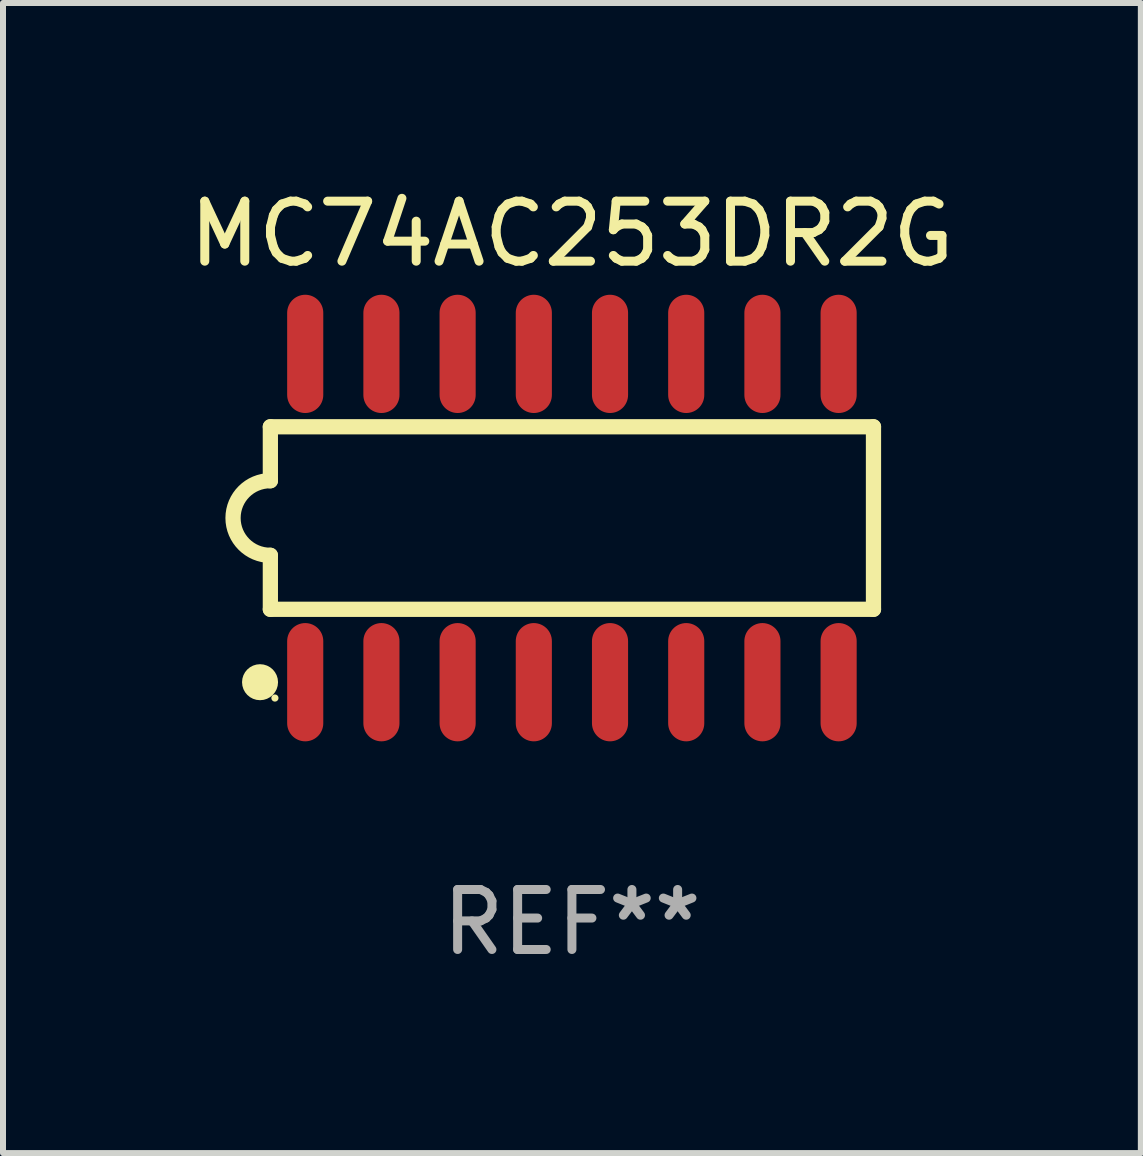
<source format=kicad_pcb>
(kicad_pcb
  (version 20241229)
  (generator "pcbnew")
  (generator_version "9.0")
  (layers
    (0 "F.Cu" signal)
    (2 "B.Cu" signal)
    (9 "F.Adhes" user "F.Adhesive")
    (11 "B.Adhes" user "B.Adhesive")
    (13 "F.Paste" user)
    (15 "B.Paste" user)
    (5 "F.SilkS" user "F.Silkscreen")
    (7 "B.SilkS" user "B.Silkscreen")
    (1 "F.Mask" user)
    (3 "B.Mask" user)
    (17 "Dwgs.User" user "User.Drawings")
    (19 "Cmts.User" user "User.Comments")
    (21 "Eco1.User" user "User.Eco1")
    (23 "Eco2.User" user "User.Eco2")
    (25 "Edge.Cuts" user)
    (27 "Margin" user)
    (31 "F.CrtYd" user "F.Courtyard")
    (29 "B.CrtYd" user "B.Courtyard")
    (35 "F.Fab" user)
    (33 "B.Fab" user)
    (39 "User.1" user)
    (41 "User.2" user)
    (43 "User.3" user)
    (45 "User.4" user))
  (footprint "MC74AC253DR2G"
    (layer "F.Cu")
    (at 6.482 5.584)
    (property "Reference" "MC74AC253DR2G" (at 0 -4.736 0) (layer "F.SilkS") (effects (font (size 1 1) (thickness 0.15))))
    (attr through_hole)
    (fp_line (start -5.026 -1.521) (end -5.026 -0.621) (stroke (width 0.254) (type solid)) (layer "F.SilkS"))
    (fp_line (start -5.026 -1.521) (end 5.026 -1.521) (stroke (width 0.254) (type solid)) (layer "F.SilkS"))
    (fp_line (start -5.026 1.521) (end -5.026 0.621) (stroke (width 0.254) (type solid)) (layer "F.SilkS"))
    (fp_line (start 5.026 -1.521) (end 5.026 1.521) (stroke (width 0.254) (type solid)) (layer "F.SilkS"))
    (fp_line (start 5.026 1.521) (end -5.026 1.521) (stroke (width 0.254) (type solid)) (layer "F.SilkS"))
    (fp_arc (start -5.026187 0.621387) (mid -5.647752 -0.000787) (end -5.025781 -0.622555) (stroke (width 0.254001) (type solid)) (layer "F.SilkS"))
    (fp_circle (center -5.198 2.736) (end -5.048 2.736) (stroke (width 0.3) (type solid)) (fill no) (layer "F.SilkS"))
    (fp_circle (center -4.95 3) (end -4.92 3) (stroke (width 0.06) (type solid)) (fill no) (layer "F.SilkS"))
    (fp_text user "REF**" (at 0 6.736 0) (layer "F.Fab") (effects (font (size 1 1) (thickness 0.15))))
    (pad "1" smd oval (at -4.445 2.736) (size 0.602 1.971) (layers "F.Cu" "F.Mask" "F.Paste"))
    (pad "2" smd oval (at -3.175 2.736) (size 0.602 1.971) (layers "F.Cu" "F.Mask" "F.Paste"))
    (pad "3" smd oval (at -1.905 2.736) (size 0.602 1.971) (layers "F.Cu" "F.Mask" "F.Paste"))
    (pad "4" smd oval (at -0.635 2.736) (size 0.602 1.971) (layers "F.Cu" "F.Mask" "F.Paste"))
    (pad "5" smd oval (at 0.635 2.736) (size 0.602 1.971) (layers "F.Cu" "F.Mask" "F.Paste"))
    (pad "6" smd oval (at 1.905 2.736) (size 0.602 1.971) (layers "F.Cu" "F.Mask" "F.Paste"))
    (pad "7" smd oval (at 3.175 2.736) (size 0.602 1.971) (layers "F.Cu" "F.Mask" "F.Paste"))
    (pad "8" smd oval (at 4.445 2.736) (size 0.602 1.971) (layers "F.Cu" "F.Mask" "F.Paste"))
    (pad "9" smd oval (at 4.445 -2.736) (size 0.602 1.971) (layers "F.Cu" "F.Mask" "F.Paste"))
    (pad "10" smd oval (at 3.175 -2.736) (size 0.602 1.971) (layers "F.Cu" "F.Mask" "F.Paste"))
    (pad "11" smd oval (at 1.905 -2.736) (size 0.602 1.971) (layers "F.Cu" "F.Mask" "F.Paste"))
    (pad "12" smd oval (at 0.635 -2.736) (size 0.602 1.971) (layers "F.Cu" "F.Mask" "F.Paste"))
    (pad "13" smd oval (at -0.635 -2.736) (size 0.602 1.971) (layers "F.Cu" "F.Mask" "F.Paste"))
    (pad "14" smd oval (at -1.905 -2.736) (size 0.602 1.971) (layers "F.Cu" "F.Mask" "F.Paste"))
    (pad "15" smd oval (at -3.175 -2.736) (size 0.602 1.971) (layers "F.Cu" "F.Mask" "F.Paste"))
    (pad "16" smd oval (at -4.445 -2.736) (size 0.602 1.971) (layers "F.Cu" "F.Mask" "F.Paste")))
  (gr_rect
    (start -3 -3)
    (end 15.964 16.168)
    (stroke (width 0.1) (type default))
    (fill no)
    (layer "Edge.Cuts")))
</source>
